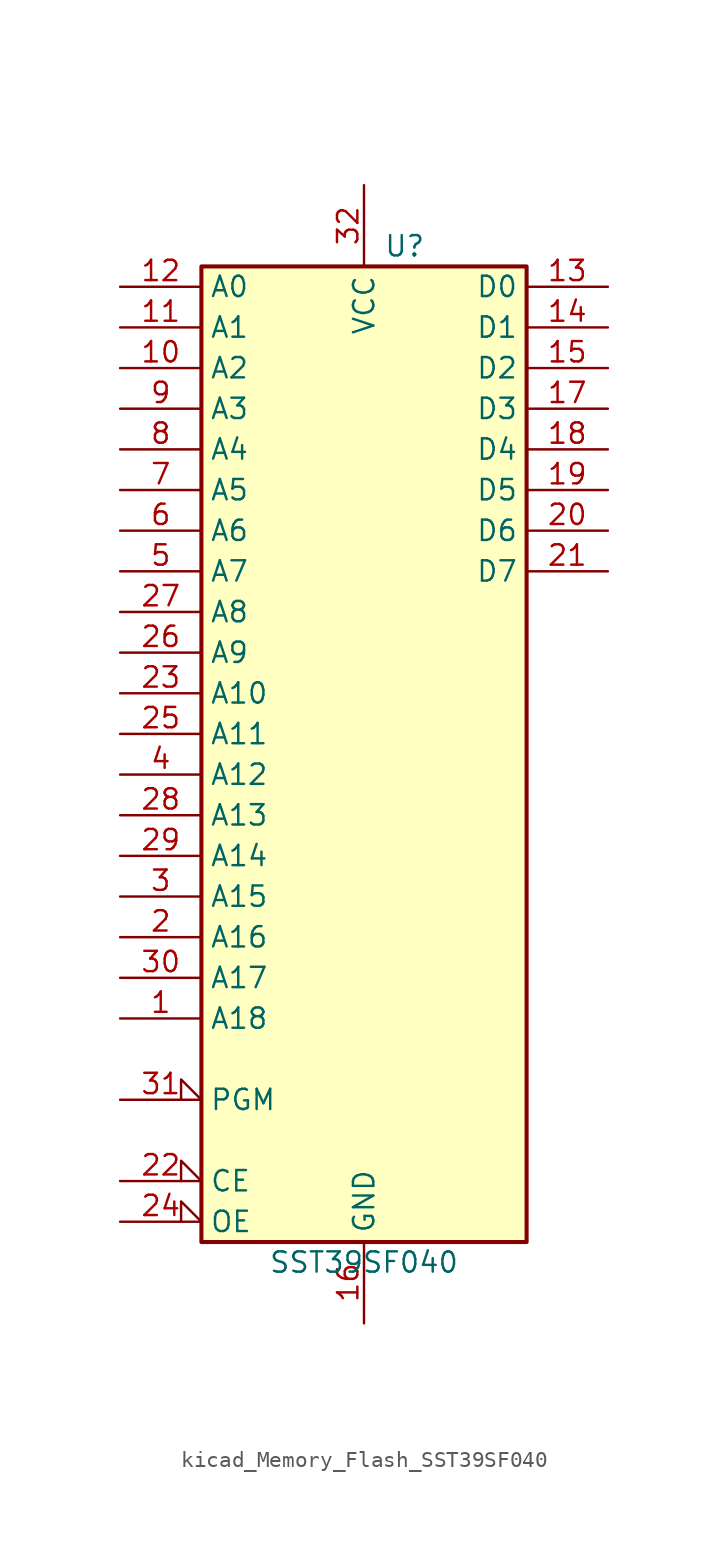
<source format=kicad_sym>
(kicad_symbol_lib
  (version 20220914)
  (generator kicad_symbol_editor)
  (symbol "kicad_Memory_Flash_SST39SF040"
    (property "Reference" "U"
      (at 2.54 33.02 0)
      (effects (font (size 1.27 1.27))))
    (property "Value" "SST39SF040"
      (at 0 -30.48 0)
      (effects (font (size 1.27 1.27))))
    (symbol "kicad_Memory_Flash_SST39SF040_0_0"
      (pin power_in line (at 0 -34.29 90) (length 5.08) (name "GND" (effects (font (size 1.27 1.27)))) (number "16" (effects (font (size 1.27 1.27)))))
      (pin power_in line (at 0 36.83 270) (length 5.08) (name "VCC" (effects (font (size 1.27 1.27)))) (number "32" (effects (font (size 1.27 1.27))))))
    (symbol "kicad_Memory_Flash_SST39SF040_0_1"
      (rectangle (start -10.16 31.75) (end 10.16 -29.21) (stroke (width 0.254) (type default)) (fill (type background))))
    (symbol "kicad_Memory_Flash_SST39SF040_1_1"
      (pin input line (at -15.24 -15.24 0) (length 5.08) (name "A18" (effects (font (size 1.27 1.27)))) (number "1" (effects (font (size 1.27 1.27)))))
      (pin input line (at -15.24 25.4 0) (length 5.08) (name "A2" (effects (font (size 1.27 1.27)))) (number "10" (effects (font (size 1.27 1.27)))))
      (pin input line (at -15.24 27.94 0) (length 5.08) (name "A1" (effects (font (size 1.27 1.27)))) (number "11" (effects (font (size 1.27 1.27)))))
      (pin input line (at -15.24 30.48 0) (length 5.08) (name "A0" (effects (font (size 1.27 1.27)))) (number "12" (effects (font (size 1.27 1.27)))))
      (pin tri_state line (at 15.24 30.48 180) (length 5.08) (name "D0" (effects (font (size 1.27 1.27)))) (number "13" (effects (font (size 1.27 1.27)))))
      (pin tri_state line (at 15.24 27.94 180) (length 5.08) (name "D1" (effects (font (size 1.27 1.27)))) (number "14" (effects (font (size 1.27 1.27)))))
      (pin tri_state line (at 15.24 25.4 180) (length 5.08) (name "D2" (effects (font (size 1.27 1.27)))) (number "15" (effects (font (size 1.27 1.27)))))
      (pin tri_state line (at 15.24 22.86 180) (length 5.08) (name "D3" (effects (font (size 1.27 1.27)))) (number "17" (effects (font (size 1.27 1.27)))))
      (pin tri_state line (at 15.24 20.32 180) (length 5.08) (name "D4" (effects (font (size 1.27 1.27)))) (number "18" (effects (font (size 1.27 1.27)))))
      (pin tri_state line (at 15.24 17.78 180) (length 5.08) (name "D5" (effects (font (size 1.27 1.27)))) (number "19" (effects (font (size 1.27 1.27)))))
      (pin input line (at -15.24 -10.16 0) (length 5.08) (name "A16" (effects (font (size 1.27 1.27)))) (number "2" (effects (font (size 1.27 1.27)))))
      (pin tri_state line (at 15.24 15.24 180) (length 5.08) (name "D6" (effects (font (size 1.27 1.27)))) (number "20" (effects (font (size 1.27 1.27)))))
      (pin tri_state line (at 15.24 12.7 180) (length 5.08) (name "D7" (effects (font (size 1.27 1.27)))) (number "21" (effects (font (size 1.27 1.27)))))
      (pin input input_low (at -15.24 -25.4 0) (length 5.08) (name "CE" (effects (font (size 1.27 1.27)))) (number "22" (effects (font (size 1.27 1.27)))))
      (pin input line (at -15.24 5.08 0) (length 5.08) (name "A10" (effects (font (size 1.27 1.27)))) (number "23" (effects (font (size 1.27 1.27)))))
      (pin input input_low (at -15.24 -27.94 0) (length 5.08) (name "OE" (effects (font (size 1.27 1.27)))) (number "24" (effects (font (size 1.27 1.27)))))
      (pin input line (at -15.24 2.54 0) (length 5.08) (name "A11" (effects (font (size 1.27 1.27)))) (number "25" (effects (font (size 1.27 1.27)))))
      (pin input line (at -15.24 7.62 0) (length 5.08) (name "A9" (effects (font (size 1.27 1.27)))) (number "26" (effects (font (size 1.27 1.27)))))
      (pin input line (at -15.24 10.16 0) (length 5.08) (name "A8" (effects (font (size 1.27 1.27)))) (number "27" (effects (font (size 1.27 1.27)))))
      (pin input line (at -15.24 -2.54 0) (length 5.08) (name "A13" (effects (font (size 1.27 1.27)))) (number "28" (effects (font (size 1.27 1.27)))))
      (pin input line (at -15.24 -5.08 0) (length 5.08) (name "A14" (effects (font (size 1.27 1.27)))) (number "29" (effects (font (size 1.27 1.27)))))
      (pin input line (at -15.24 -7.62 0) (length 5.08) (name "A15" (effects (font (size 1.27 1.27)))) (number "3" (effects (font (size 1.27 1.27)))))
      (pin input line (at -15.24 -12.7 0) (length 5.08) (name "A17" (effects (font (size 1.27 1.27)))) (number "30" (effects (font (size 1.27 1.27)))))
      (pin input input_low (at -15.24 -20.32 0) (length 5.08) (name "PGM" (effects (font (size 1.27 1.27)))) (number "31" (effects (font (size 1.27 1.27)))))
      (pin input line (at -15.24 0 0) (length 5.08) (name "A12" (effects (font (size 1.27 1.27)))) (number "4" (effects (font (size 1.27 1.27)))))
      (pin input line (at -15.24 12.7 0) (length 5.08) (name "A7" (effects (font (size 1.27 1.27)))) (number "5" (effects (font (size 1.27 1.27)))))
      (pin input line (at -15.24 15.24 0) (length 5.08) (name "A6" (effects (font (size 1.27 1.27)))) (number "6" (effects (font (size 1.27 1.27)))))
      (pin input line (at -15.24 17.78 0) (length 5.08) (name "A5" (effects (font (size 1.27 1.27)))) (number "7" (effects (font (size 1.27 1.27)))))
      (pin input line (at -15.24 20.32 0) (length 5.08) (name "A4" (effects (font (size 1.27 1.27)))) (number "8" (effects (font (size 1.27 1.27)))))
      (pin input line (at -15.24 22.86 0) (length 5.08) (name "A3" (effects (font (size 1.27 1.27)))) (number "9" (effects (font (size 1.27 1.27))))))))
</source>
